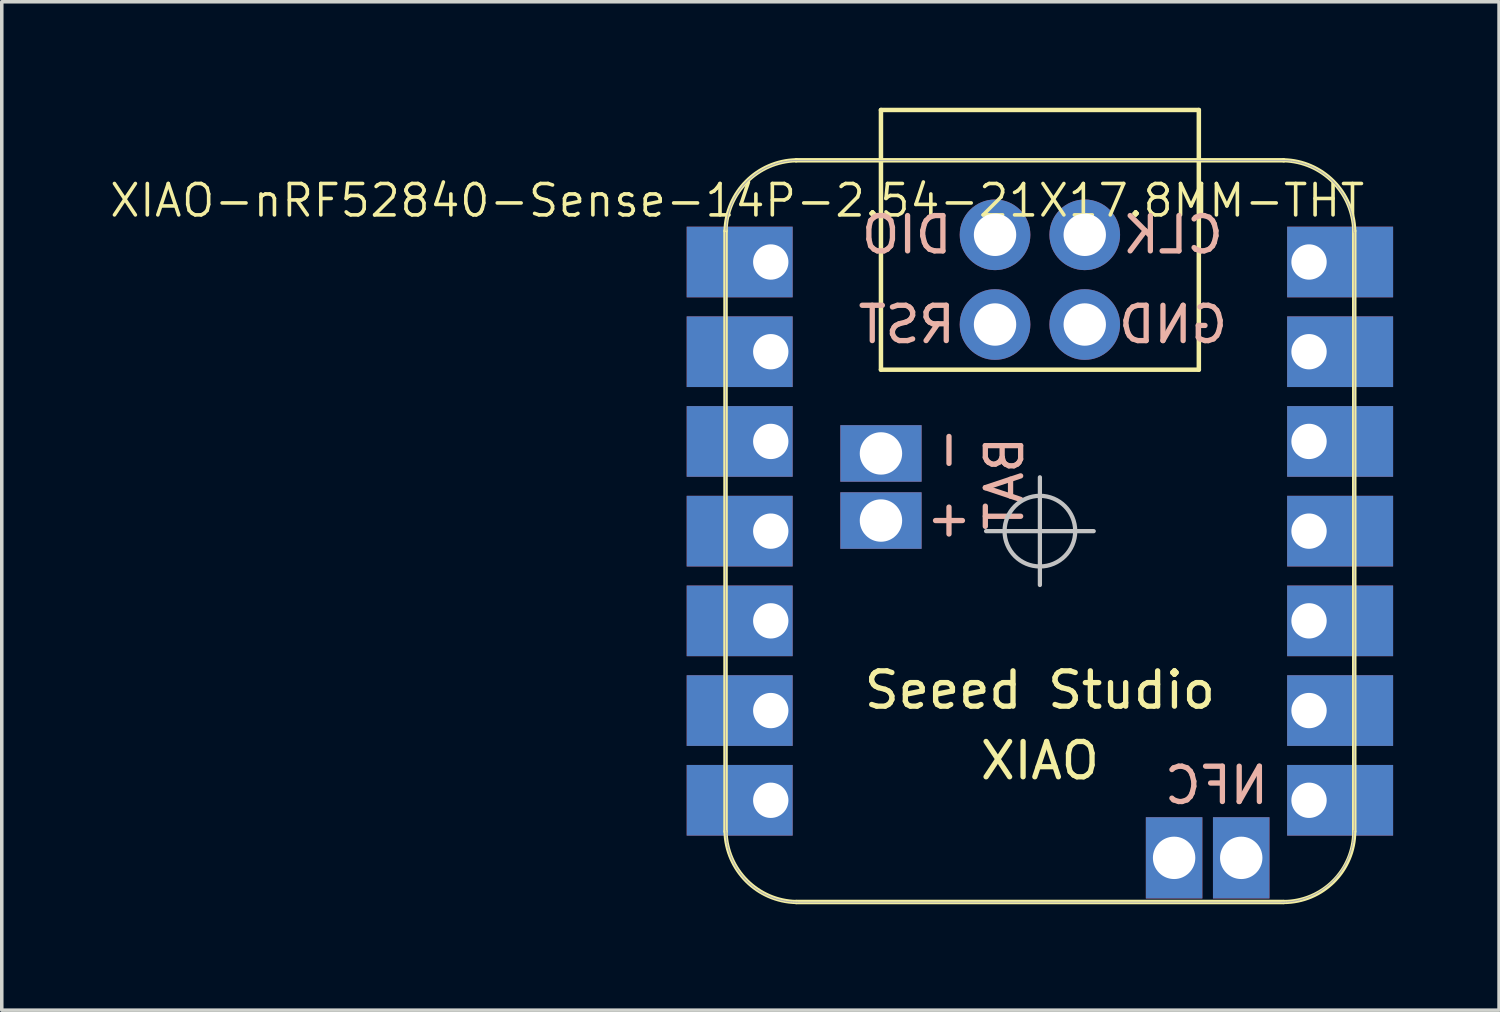
<source format=kicad_pcb>
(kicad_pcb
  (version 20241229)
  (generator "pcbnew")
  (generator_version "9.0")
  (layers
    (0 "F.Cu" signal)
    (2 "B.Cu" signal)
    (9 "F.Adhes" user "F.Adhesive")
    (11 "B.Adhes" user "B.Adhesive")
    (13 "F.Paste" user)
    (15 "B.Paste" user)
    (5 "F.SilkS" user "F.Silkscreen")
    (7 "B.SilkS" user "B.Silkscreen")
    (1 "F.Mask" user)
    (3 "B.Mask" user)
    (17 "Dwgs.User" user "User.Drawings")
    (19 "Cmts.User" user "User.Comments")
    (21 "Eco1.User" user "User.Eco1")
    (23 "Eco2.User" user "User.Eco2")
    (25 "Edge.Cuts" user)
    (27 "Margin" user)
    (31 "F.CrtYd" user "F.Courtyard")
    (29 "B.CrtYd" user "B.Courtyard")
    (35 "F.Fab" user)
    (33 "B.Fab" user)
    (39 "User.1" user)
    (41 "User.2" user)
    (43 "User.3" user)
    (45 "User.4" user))
  (footprint "XIAO-nRF52840-Sense-14P-2.54-21X17.8MM-THT"
    (layer "F.Cu")
    (at 26.392 11.988)
    (property "Reference" "XIAO-nRF52840-Sense-14P-2.54-21X17.8MM-THT" (at -8.57 -9.36 0) (layer "F.SilkS") (effects (font (size 0.889 0.889) (thickness 0.102))))
    (attr smd)
    (fp_line (start -8.9 -8.5) (end -8.9 8.5) (stroke (width 0.127) (type solid)) (layer "F.SilkS"))
    (fp_line (start -6.9 10.5) (end 6.9 10.5) (stroke (width 0.127) (type solid)) (layer "F.SilkS"))
    (fp_line (start -4.5 -11.924) (end 4.5 -11.924) (stroke (width 0.127) (type solid)) (layer "F.SilkS"))
    (fp_line (start -4.5 -4.571) (end -4.5 -11.924) (stroke (width 0.127) (type solid)) (layer "F.SilkS"))
    (fp_line (start 4.5 -11.924) (end 4.5 -4.571) (stroke (width 0.127) (type solid)) (layer "F.SilkS"))
    (fp_line (start 4.5 -4.571) (end -4.5 -4.571) (stroke (width 0.127) (type solid)) (layer "F.SilkS"))
    (fp_line (start 6.9 -10.499) (end -6.9 -10.499) (stroke (width 0.127) (type solid)) (layer "F.SilkS"))
    (fp_line (start 8.9 8.5) (end 8.9 -8.5) (stroke (width 0.127) (type solid)) (layer "F.SilkS"))
    (fp_arc (start -8.9 -8.5) (mid -8.301491 -9.901491) (end -6.9 -10.5) (stroke (width 0.12) (type solid)) (layer "F.SilkS"))
    (fp_arc (start -6.9 10.5) (mid -8.301423 9.901423) (end -8.9 8.5) (stroke (width 0.12) (type solid)) (layer "F.SilkS"))
    (fp_arc (start 6.9 -10.5) (mid 8.301491 -9.901491) (end 8.9 -8.5) (stroke (width 0.12) (type solid)) (layer "F.SilkS"))
    (fp_arc (start 8.9 8.5) (mid 8.314214 9.914214) (end 6.9 10.5) (stroke (width 0.12) (type solid)) (layer "F.SilkS"))
    (fp_poly (pts (xy -8.888 -8.562) (xy -8.885 -8.61) (xy -8.881 -8.659)) (stroke (width 0.025) (type solid)) (fill no) (layer "F.SilkS"))
    (fp_poly (pts (xy 8.889 8.522) (xy 8.888 8.571) (xy 8.885 8.62) (xy 8.881 8.669) (xy 8.875 8.717) (xy 8.869 8.766) (xy 8.861 8.815) (xy 8.852 8.863) (xy 8.842 8.911)) (stroke (width 0.025) (type solid)) (fill no) (layer "F.SilkS"))
    (fp_line (start -1.524 0) (end 1.524 0) (stroke (width 0.12) (type solid)) (layer "Dwgs.User"))
    (fp_line (start 0 -1.524) (end 0 1.524) (stroke (width 0.12) (type solid)) (layer "Dwgs.User"))
    (fp_circle (center 0 0) (end 1 0) (stroke (width 0.12) (type solid)) (fill no) (layer "Dwgs.User"))
    (fp_line (start -8.9 -8.463) (end -8.9 8.473) (stroke (width 0.025) (type solid)) (layer "F.Fab"))
    (fp_line (start -8.89 8.473) (end -8.889 8.522) (stroke (width 0.025) (type solid)) (layer "F.Fab"))
    (fp_line (start -8.889 8.522) (end -8.888 8.571) (stroke (width 0.025) (type solid)) (layer "F.Fab"))
    (fp_line (start -8.888 -8.562) (end -8.889 -8.512) (stroke (width 0.025) (type solid)) (layer "F.Fab"))
    (fp_line (start -8.888 8.571) (end -8.885 8.62) (stroke (width 0.025) (type solid)) (layer "F.Fab"))
    (fp_line (start -8.885 -8.61) (end -8.888 -8.562) (stroke (width 0.025) (type solid)) (layer "F.Fab"))
    (fp_line (start -8.885 8.62) (end -8.881 8.669) (stroke (width 0.025) (type solid)) (layer "F.Fab"))
    (fp_line (start -8.881 -8.659) (end -8.885 -8.61) (stroke (width 0.025) (type solid)) (layer "F.Fab"))
    (fp_line (start -8.881 8.669) (end -8.875 8.717) (stroke (width 0.025) (type solid)) (layer "F.Fab"))
    (fp_line (start -8.875 -8.708) (end -8.881 -8.659) (stroke (width 0.025) (type solid)) (layer "F.Fab"))
    (fp_line (start -8.875 8.717) (end -8.869 8.766) (stroke (width 0.025) (type solid)) (layer "F.Fab"))
    (fp_line (start -8.869 -8.757) (end -8.875 -8.708) (stroke (width 0.025) (type solid)) (layer "F.Fab"))
    (fp_line (start -8.869 8.766) (end -8.861 8.815) (stroke (width 0.025) (type solid)) (layer "F.Fab"))
    (fp_line (start -8.861 -8.806) (end -8.869 -8.757) (stroke (width 0.025) (type solid)) (layer "F.Fab"))
    (fp_line (start -8.861 8.815) (end -8.852 8.863) (stroke (width 0.025) (type solid)) (layer "F.Fab"))
    (fp_line (start -8.852 -8.854) (end -8.861 -8.806) (stroke (width 0.025) (type solid)) (layer "F.Fab"))
    (fp_line (start -8.852 8.863) (end -8.842 8.911) (stroke (width 0.025) (type solid)) (layer "F.Fab"))
    (fp_line (start -8.842 -8.902) (end -8.852 -8.854) (stroke (width 0.025) (type solid)) (layer "F.Fab"))
    (fp_line (start -8.842 8.911) (end -8.831 8.959) (stroke (width 0.025) (type solid)) (layer "F.Fab"))
    (fp_line (start -8.831 -8.95) (end -8.842 -8.902) (stroke (width 0.025) (type solid)) (layer "F.Fab"))
    (fp_line (start -8.831 8.959) (end -8.819 9.006) (stroke (width 0.025) (type solid)) (layer "F.Fab"))
    (fp_line (start -8.819 -8.997) (end -8.831 -8.95) (stroke (width 0.025) (type solid)) (layer "F.Fab"))
    (fp_line (start -8.819 9.006) (end -8.805 9.054) (stroke (width 0.025) (type solid)) (layer "F.Fab"))
    (fp_line (start -8.805 -9.045) (end -8.819 -8.997) (stroke (width 0.025) (type solid)) (layer "F.Fab"))
    (fp_line (start -8.805 9.054) (end -8.79 9.1) (stroke (width 0.025) (type solid)) (layer "F.Fab"))
    (fp_line (start -8.79 -9.091) (end -8.805 -9.045) (stroke (width 0.025) (type solid)) (layer "F.Fab"))
    (fp_line (start -8.79 9.1) (end -8.775 9.147) (stroke (width 0.025) (type solid)) (layer "F.Fab"))
    (fp_line (start -8.775 -9.138) (end -8.79 -9.091) (stroke (width 0.025) (type solid)) (layer "F.Fab"))
    (fp_line (start -8.775 9.147) (end -8.758 9.193) (stroke (width 0.025) (type solid)) (layer "F.Fab"))
    (fp_line (start -8.758 -9.184) (end -8.775 -9.138) (stroke (width 0.025) (type solid)) (layer "F.Fab"))
    (fp_line (start -8.758 9.193) (end -8.74 9.239) (stroke (width 0.025) (type solid)) (layer "F.Fab"))
    (fp_line (start -8.74 -9.23) (end -8.758 -9.184) (stroke (width 0.025) (type solid)) (layer "F.Fab"))
    (fp_line (start -8.74 9.239) (end -8.721 9.284) (stroke (width 0.025) (type solid)) (layer "F.Fab"))
    (fp_line (start -8.721 -9.275) (end -8.74 -9.23) (stroke (width 0.025) (type solid)) (layer "F.Fab"))
    (fp_line (start -8.721 9.284) (end -8.701 9.329) (stroke (width 0.025) (type solid)) (layer "F.Fab"))
    (fp_line (start -8.701 -9.32) (end -8.721 -9.275) (stroke (width 0.025) (type solid)) (layer "F.Fab"))
    (fp_line (start -8.701 9.329) (end -8.679 9.373) (stroke (width 0.025) (type solid)) (layer "F.Fab"))
    (fp_line (start -8.679 -9.364) (end -8.701 -9.32) (stroke (width 0.025) (type solid)) (layer "F.Fab"))
    (fp_line (start -8.679 9.373) (end -8.657 9.417) (stroke (width 0.025) (type solid)) (layer "F.Fab"))
    (fp_line (start -8.657 -9.408) (end -8.679 -9.364) (stroke (width 0.025) (type solid)) (layer "F.Fab"))
    (fp_line (start -8.657 9.417) (end -8.634 9.46) (stroke (width 0.025) (type solid)) (layer "F.Fab"))
    (fp_line (start -8.634 -9.451) (end -8.657 -9.408) (stroke (width 0.025) (type solid)) (layer "F.Fab"))
    (fp_line (start -8.634 9.46) (end -8.61 9.503) (stroke (width 0.025) (type solid)) (layer "F.Fab"))
    (fp_line (start -8.61 -9.494) (end -8.634 -9.451) (stroke (width 0.025) (type solid)) (layer "F.Fab"))
    (fp_line (start -8.61 9.503) (end -8.584 9.545) (stroke (width 0.025) (type solid)) (layer "F.Fab"))
    (fp_line (start -8.584 -9.536) (end -8.61 -9.494) (stroke (width 0.025) (type solid)) (layer "F.Fab"))
    (fp_line (start -8.584 9.545) (end -8.558 9.586) (stroke (width 0.025) (type solid)) (layer "F.Fab"))
    (fp_line (start -8.558 -9.577) (end -8.584 -9.536) (stroke (width 0.025) (type solid)) (layer "F.Fab"))
    (fp_line (start -8.558 9.586) (end -8.53 9.627) (stroke (width 0.025) (type solid)) (layer "F.Fab"))
    (fp_line (start -8.53 -9.618) (end -8.558 -9.577) (stroke (width 0.025) (type solid)) (layer "F.Fab"))
    (fp_line (start -8.53 9.627) (end -8.502 9.667) (stroke (width 0.025) (type solid)) (layer "F.Fab"))
    (fp_line (start -8.502 -9.658) (end -8.53 -9.618) (stroke (width 0.025) (type solid)) (layer "F.Fab"))
    (fp_line (start -8.502 9.667) (end -8.473 9.706) (stroke (width 0.025) (type solid)) (layer "F.Fab"))
    (fp_line (start -8.473 -9.697) (end -8.502 -9.658) (stroke (width 0.025) (type solid)) (layer "F.Fab"))
    (fp_line (start -8.473 9.706) (end -8.442 9.745) (stroke (width 0.025) (type solid)) (layer "F.Fab"))
    (fp_line (start -8.442 -9.736) (end -8.473 -9.697) (stroke (width 0.025) (type solid)) (layer "F.Fab"))
    (fp_line (start -8.442 9.745) (end -8.411 9.783) (stroke (width 0.025) (type solid)) (layer "F.Fab"))
    (fp_line (start -8.411 -9.774) (end -8.442 -9.736) (stroke (width 0.025) (type solid)) (layer "F.Fab"))
    (fp_line (start -8.411 9.783) (end -8.379 9.82) (stroke (width 0.025) (type solid)) (layer "F.Fab"))
    (fp_line (start -8.379 -9.811) (end -8.411 -9.774) (stroke (width 0.025) (type solid)) (layer "F.Fab"))
    (fp_line (start -8.379 9.82) (end -8.346 9.856) (stroke (width 0.025) (type solid)) (layer "F.Fab"))
    (fp_line (start -8.346 -9.847) (end -8.379 -9.811) (stroke (width 0.025) (type solid)) (layer "F.Fab"))
    (fp_line (start -8.346 9.856) (end -8.312 9.892) (stroke (width 0.025) (type solid)) (layer "F.Fab"))
    (fp_line (start -8.312 -9.883) (end -8.346 -9.847) (stroke (width 0.025) (type solid)) (layer "F.Fab"))
    (fp_line (start -8.312 9.892) (end -8.277 9.927) (stroke (width 0.025) (type solid)) (layer "F.Fab"))
    (fp_line (start -8.277 -9.918) (end -8.312 -9.883) (stroke (width 0.025) (type solid)) (layer "F.Fab"))
    (fp_line (start -8.277 9.927) (end -8.242 9.96) (stroke (width 0.025) (type solid)) (layer "F.Fab"))
    (fp_line (start -8.242 -9.951) (end -8.277 -9.918) (stroke (width 0.025) (type solid)) (layer "F.Fab"))
    (fp_line (start -8.242 9.96) (end -8.205 9.994) (stroke (width 0.025) (type solid)) (layer "F.Fab"))
    (fp_line (start -8.205 -9.984) (end -8.242 -9.951) (stroke (width 0.025) (type solid)) (layer "F.Fab"))
    (fp_line (start -8.205 9.994) (end -8.168 10.026) (stroke (width 0.025) (type solid)) (layer "F.Fab"))
    (fp_line (start -8.168 -10.017) (end -8.205 -9.984) (stroke (width 0.025) (type solid)) (layer "F.Fab"))
    (fp_line (start -8.168 10.026) (end -8.13 10.057) (stroke (width 0.025) (type solid)) (layer "F.Fab"))
    (fp_line (start -8.13 -10.048) (end -8.168 -10.017) (stroke (width 0.025) (type solid)) (layer "F.Fab"))
    (fp_line (start -8.13 10.057) (end -8.092 10.087) (stroke (width 0.025) (type solid)) (layer "F.Fab"))
    (fp_line (start -8.092 -10.078) (end -8.13 -10.048) (stroke (width 0.025) (type solid)) (layer "F.Fab"))
    (fp_line (start -8.092 10.087) (end -8.052 10.116) (stroke (width 0.025) (type solid)) (layer "F.Fab"))
    (fp_line (start -8.052 -10.107) (end -8.092 -10.078) (stroke (width 0.025) (type solid)) (layer "F.Fab"))
    (fp_line (start -8.052 10.116) (end -8.012 10.145) (stroke (width 0.025) (type solid)) (layer "F.Fab"))
    (fp_line (start -8.012 -10.136) (end -8.052 -10.107) (stroke (width 0.025) (type solid)) (layer "F.Fab"))
    (fp_line (start -8.012 10.145) (end -7.972 10.172) (stroke (width 0.025) (type solid)) (layer "F.Fab"))
    (fp_line (start -7.972 -10.163) (end -8.012 -10.136) (stroke (width 0.025) (type solid)) (layer "F.Fab"))
    (fp_line (start -7.972 10.172) (end -7.93 10.199) (stroke (width 0.025) (type solid)) (layer "F.Fab"))
    (fp_line (start -7.93 -10.19) (end -7.972 -10.163) (stroke (width 0.025) (type solid)) (layer "F.Fab"))
    (fp_line (start -7.93 10.199) (end -7.888 10.224) (stroke (width 0.025) (type solid)) (layer "F.Fab"))
    (fp_line (start -7.888 -10.215) (end -7.93 -10.19) (stroke (width 0.025) (type solid)) (layer "F.Fab"))
    (fp_line (start -7.888 10.224) (end -7.846 10.249) (stroke (width 0.025) (type solid)) (layer "F.Fab"))
    (fp_line (start -7.846 -10.239) (end -7.888 -10.215) (stroke (width 0.025) (type solid)) (layer "F.Fab"))
    (fp_line (start -7.846 10.249) (end -7.802 10.272) (stroke (width 0.025) (type solid)) (layer "F.Fab"))
    (fp_line (start -7.802 -10.263) (end -7.846 -10.239) (stroke (width 0.025) (type solid)) (layer "F.Fab"))
    (fp_line (start -7.802 10.272) (end -7.759 10.294) (stroke (width 0.025) (type solid)) (layer "F.Fab"))
    (fp_line (start -7.759 -10.285) (end -7.802 -10.263) (stroke (width 0.025) (type solid)) (layer "F.Fab"))
    (fp_line (start -7.759 10.294) (end -7.714 10.315) (stroke (width 0.025) (type solid)) (layer "F.Fab"))
    (fp_line (start -7.714 -10.306) (end -7.759 -10.285) (stroke (width 0.025) (type solid)) (layer "F.Fab"))
    (fp_line (start -7.714 10.315) (end -7.67 10.335) (stroke (width 0.025) (type solid)) (layer "F.Fab"))
    (fp_line (start -7.67 -10.326) (end -7.714 -10.306) (stroke (width 0.025) (type solid)) (layer "F.Fab"))
    (fp_line (start -7.67 10.335) (end -7.624 10.354) (stroke (width 0.025) (type solid)) (layer "F.Fab"))
    (fp_line (start -7.624 -10.345) (end -7.67 -10.326) (stroke (width 0.025) (type solid)) (layer "F.Fab"))
    (fp_line (start -7.624 10.354) (end -7.579 10.372) (stroke (width 0.025) (type solid)) (layer "F.Fab"))
    (fp_line (start -7.579 -10.363) (end -7.624 -10.345) (stroke (width 0.025) (type solid)) (layer "F.Fab"))
    (fp_line (start -7.579 10.372) (end -7.532 10.389) (stroke (width 0.025) (type solid)) (layer "F.Fab"))
    (fp_line (start -7.532 -10.38) (end -7.579 -10.363) (stroke (width 0.025) (type solid)) (layer "F.Fab"))
    (fp_line (start -7.532 10.389) (end -7.486 10.405) (stroke (width 0.025) (type solid)) (layer "F.Fab"))
    (fp_line (start -7.486 -10.396) (end -7.532 -10.38) (stroke (width 0.025) (type solid)) (layer "F.Fab"))
    (fp_line (start -7.486 10.405) (end -7.439 10.42) (stroke (width 0.025) (type solid)) (layer "F.Fab"))
    (fp_line (start -7.439 -10.411) (end -7.486 -10.396) (stroke (width 0.025) (type solid)) (layer "F.Fab"))
    (fp_line (start -7.439 10.42) (end -7.392 10.433) (stroke (width 0.025) (type solid)) (layer "F.Fab"))
    (fp_line (start -7.392 -10.424) (end -7.439 -10.411) (stroke (width 0.025) (type solid)) (layer "F.Fab"))
    (fp_line (start -7.392 10.433) (end -7.344 10.446) (stroke (width 0.025) (type solid)) (layer "F.Fab"))
    (fp_line (start -7.344 -10.436) (end -7.392 -10.424) (stroke (width 0.025) (type solid)) (layer "F.Fab"))
    (fp_line (start -7.344 10.446) (end -7.296 10.457) (stroke (width 0.025) (type solid)) (layer "F.Fab"))
    (fp_line (start -7.296 -10.448) (end -7.344 -10.436) (stroke (width 0.025) (type solid)) (layer "F.Fab"))
    (fp_line (start -7.296 10.457) (end -7.248 10.467) (stroke (width 0.025) (type solid)) (layer "F.Fab"))
    (fp_line (start -7.248 -10.458) (end -7.296 -10.448) (stroke (width 0.025) (type solid)) (layer "F.Fab"))
    (fp_line (start -7.248 10.467) (end -7.2 10.476) (stroke (width 0.025) (type solid)) (layer "F.Fab"))
    (fp_line (start -7.2 -10.466) (end -7.248 -10.458) (stroke (width 0.025) (type solid)) (layer "F.Fab"))
    (fp_line (start -7.2 10.476) (end -7.152 10.483) (stroke (width 0.025) (type solid)) (layer "F.Fab"))
    (fp_line (start -7.152 -10.474) (end -7.2 -10.466) (stroke (width 0.025) (type solid)) (layer "F.Fab"))
    (fp_line (start -7.152 10.483) (end -7.103 10.49) (stroke (width 0.025) (type solid)) (layer "F.Fab"))
    (fp_line (start -7.103 -10.481) (end -7.152 -10.474) (stroke (width 0.025) (type solid)) (layer "F.Fab"))
    (fp_line (start -7.103 10.49) (end -7.054 10.495) (stroke (width 0.025) (type solid)) (layer "F.Fab"))
    (fp_line (start -7.054 -10.486) (end -7.103 -10.481) (stroke (width 0.025) (type solid)) (layer "F.Fab"))
    (fp_line (start -7.054 10.495) (end -7.005 10.499) (stroke (width 0.025) (type solid)) (layer "F.Fab"))
    (fp_line (start -7.005 -10.49) (end -7.054 -10.486) (stroke (width 0.025) (type solid)) (layer "F.Fab"))
    (fp_line (start -7.005 10.499) (end -6.956 10.502) (stroke (width 0.025) (type solid)) (layer "F.Fab"))
    (fp_line (start -6.956 -10.493) (end -7.005 -10.49) (stroke (width 0.025) (type solid)) (layer "F.Fab"))
    (fp_line (start -6.956 10.502) (end -6.907 10.504) (stroke (width 0.025) (type solid)) (layer "F.Fab"))
    (fp_line (start -6.907 -10.495) (end -6.956 -10.493) (stroke (width 0.025) (type solid)) (layer "F.Fab"))
    (fp_line (start -6.907 10.504) (end -6.858 10.505) (stroke (width 0.025) (type solid)) (layer "F.Fab"))
    (fp_line (start -6.858 -10.495) (end -6.907 -10.495) (stroke (width 0.025) (type solid)) (layer "F.Fab"))
    (fp_line (start -6.858 10.505) (end 6.858 10.505) (stroke (width 0.025) (type solid)) (layer "F.Fab"))
    (fp_line (start 6.858 -10.495) (end -6.858 -10.495) (stroke (width 0.025) (type solid)) (layer "F.Fab"))
    (fp_line (start 6.858 10.505) (end 6.907 10.504) (stroke (width 0.025) (type solid)) (layer "F.Fab"))
    (fp_line (start 6.907 -10.495) (end 6.858 -10.495) (stroke (width 0.025) (type solid)) (layer "F.Fab"))
    (fp_line (start 6.907 10.504) (end 6.956 10.502) (stroke (width 0.025) (type solid)) (layer "F.Fab"))
    (fp_line (start 6.956 -10.493) (end 6.907 -10.495) (stroke (width 0.025) (type solid)) (layer "F.Fab"))
    (fp_line (start 6.956 10.502) (end 7.005 10.499) (stroke (width 0.025) (type solid)) (layer "F.Fab"))
    (fp_line (start 7.005 -10.49) (end 6.956 -10.493) (stroke (width 0.025) (type solid)) (layer "F.Fab"))
    (fp_line (start 7.005 10.499) (end 7.054 10.495) (stroke (width 0.025) (type solid)) (layer "F.Fab"))
    (fp_line (start 7.054 -10.486) (end 7.005 -10.49) (stroke (width 0.025) (type solid)) (layer "F.Fab"))
    (fp_line (start 7.054 10.495) (end 7.103 10.49) (stroke (width 0.025) (type solid)) (layer "F.Fab"))
    (fp_line (start 7.103 -10.481) (end 7.054 -10.486) (stroke (width 0.025) (type solid)) (layer "F.Fab"))
    (fp_line (start 7.103 10.49) (end 7.152 10.483) (stroke (width 0.025) (type solid)) (layer "F.Fab"))
    (fp_line (start 7.152 -10.474) (end 7.103 -10.481) (stroke (width 0.025) (type solid)) (layer "F.Fab"))
    (fp_line (start 7.152 10.483) (end 7.2 10.476) (stroke (width 0.025) (type solid)) (layer "F.Fab"))
    (fp_line (start 7.2 -10.466) (end 7.152 -10.474) (stroke (width 0.025) (type solid)) (layer "F.Fab"))
    (fp_line (start 7.2 10.476) (end 7.248 10.467) (stroke (width 0.025) (type solid)) (layer "F.Fab"))
    (fp_line (start 7.248 -10.458) (end 7.2 -10.466) (stroke (width 0.025) (type solid)) (layer "F.Fab"))
    (fp_line (start 7.248 10.467) (end 7.296 10.457) (stroke (width 0.025) (type solid)) (layer "F.Fab"))
    (fp_line (start 7.296 -10.448) (end 7.248 -10.458) (stroke (width 0.025) (type solid)) (layer "F.Fab"))
    (fp_line (start 7.296 10.457) (end 7.344 10.446) (stroke (width 0.025) (type solid)) (layer "F.Fab"))
    (fp_line (start 7.344 -10.436) (end 7.296 -10.448) (stroke (width 0.025) (type solid)) (layer "F.Fab"))
    (fp_line (start 7.344 10.446) (end 7.392 10.433) (stroke (width 0.025) (type solid)) (layer "F.Fab"))
    (fp_line (start 7.392 -10.424) (end 7.344 -10.436) (stroke (width 0.025) (type solid)) (layer "F.Fab"))
    (fp_line (start 7.392 10.433) (end 7.439 10.42) (stroke (width 0.025) (type solid)) (layer "F.Fab"))
    (fp_line (start 7.439 -10.411) (end 7.392 -10.424) (stroke (width 0.025) (type solid)) (layer "F.Fab"))
    (fp_line (start 7.439 10.42) (end 7.486 10.405) (stroke (width 0.025) (type solid)) (layer "F.Fab"))
    (fp_line (start 7.486 -10.396) (end 7.439 -10.411) (stroke (width 0.025) (type solid)) (layer "F.Fab"))
    (fp_line (start 7.486 10.405) (end 7.532 10.389) (stroke (width 0.025) (type solid)) (layer "F.Fab"))
    (fp_line (start 7.532 -10.38) (end 7.486 -10.396) (stroke (width 0.025) (type solid)) (layer "F.Fab"))
    (fp_line (start 7.532 10.389) (end 7.579 10.372) (stroke (width 0.025) (type solid)) (layer "F.Fab"))
    (fp_line (start 7.579 -10.363) (end 7.532 -10.38) (stroke (width 0.025) (type solid)) (layer "F.Fab"))
    (fp_line (start 7.579 10.372) (end 7.624 10.354) (stroke (width 0.025) (type solid)) (layer "F.Fab"))
    (fp_line (start 7.624 -10.345) (end 7.579 -10.363) (stroke (width 0.025) (type solid)) (layer "F.Fab"))
    (fp_line (start 7.624 10.354) (end 7.67 10.335) (stroke (width 0.025) (type solid)) (layer "F.Fab"))
    (fp_line (start 7.67 -10.326) (end 7.624 -10.345) (stroke (width 0.025) (type solid)) (layer "F.Fab"))
    (fp_line (start 7.67 10.335) (end 7.714 10.315) (stroke (width 0.025) (type solid)) (layer "F.Fab"))
    (fp_line (start 7.714 -10.306) (end 7.67 -10.326) (stroke (width 0.025) (type solid)) (layer "F.Fab"))
    (fp_line (start 7.714 10.315) (end 7.759 10.294) (stroke (width 0.025) (type solid)) (layer "F.Fab"))
    (fp_line (start 7.759 -10.285) (end 7.714 -10.306) (stroke (width 0.025) (type solid)) (layer "F.Fab"))
    (fp_line (start 7.759 10.294) (end 7.802 10.272) (stroke (width 0.025) (type solid)) (layer "F.Fab"))
    (fp_line (start 7.802 -10.263) (end 7.759 -10.285) (stroke (width 0.025) (type solid)) (layer "F.Fab"))
    (fp_line (start 7.802 10.272) (end 7.846 10.249) (stroke (width 0.025) (type solid)) (layer "F.Fab"))
    (fp_line (start 7.846 -10.239) (end 7.802 -10.263) (stroke (width 0.025) (type solid)) (layer "F.Fab"))
    (fp_line (start 7.846 10.249) (end 7.888 10.224) (stroke (width 0.025) (type solid)) (layer "F.Fab"))
    (fp_line (start 7.888 -10.215) (end 7.846 -10.239) (stroke (width 0.025) (type solid)) (layer "F.Fab"))
    (fp_line (start 7.888 10.224) (end 7.93 10.199) (stroke (width 0.025) (type solid)) (layer "F.Fab"))
    (fp_line (start 7.93 -10.19) (end 7.888 -10.215) (stroke (width 0.025) (type solid)) (layer "F.Fab"))
    (fp_line (start 7.93 10.199) (end 7.972 10.172) (stroke (width 0.025) (type solid)) (layer "F.Fab"))
    (fp_line (start 7.972 -10.163) (end 7.93 -10.19) (stroke (width 0.025) (type solid)) (layer "F.Fab"))
    (fp_line (start 7.972 10.172) (end 8.012 10.145) (stroke (width 0.025) (type solid)) (layer "F.Fab"))
    (fp_line (start 8.012 -10.136) (end 7.972 -10.163) (stroke (width 0.025) (type solid)) (layer "F.Fab"))
    (fp_line (start 8.012 10.145) (end 8.052 10.116) (stroke (width 0.025) (type solid)) (layer "F.Fab"))
    (fp_line (start 8.052 -10.107) (end 8.012 -10.136) (stroke (width 0.025) (type solid)) (layer "F.Fab"))
    (fp_line (start 8.052 10.116) (end 8.092 10.087) (stroke (width 0.025) (type solid)) (layer "F.Fab"))
    (fp_line (start 8.092 -10.078) (end 8.052 -10.107) (stroke (width 0.025) (type solid)) (layer "F.Fab"))
    (fp_line (start 8.092 10.087) (end 8.13 10.057) (stroke (width 0.025) (type solid)) (layer "F.Fab"))
    (fp_line (start 8.13 -10.048) (end 8.092 -10.078) (stroke (width 0.025) (type solid)) (layer "F.Fab"))
    (fp_line (start 8.13 10.057) (end 8.168 10.026) (stroke (width 0.025) (type solid)) (layer "F.Fab"))
    (fp_line (start 8.168 -10.017) (end 8.13 -10.048) (stroke (width 0.025) (type solid)) (layer "F.Fab"))
    (fp_line (start 8.168 10.026) (end 8.205 9.994) (stroke (width 0.025) (type solid)) (layer "F.Fab"))
    (fp_line (start 8.205 -9.984) (end 8.168 -10.017) (stroke (width 0.025) (type solid)) (layer "F.Fab"))
    (fp_line (start 8.205 9.994) (end 8.242 9.96) (stroke (width 0.025) (type solid)) (layer "F.Fab"))
    (fp_line (start 8.242 -9.951) (end 8.205 -9.984) (stroke (width 0.025) (type solid)) (layer "F.Fab"))
    (fp_line (start 8.242 9.96) (end 8.277 9.927) (stroke (width 0.025) (type solid)) (layer "F.Fab"))
    (fp_line (start 8.277 -9.918) (end 8.242 -9.951) (stroke (width 0.025) (type solid)) (layer "F.Fab"))
    (fp_line (start 8.277 9.927) (end 8.312 9.892) (stroke (width 0.025) (type solid)) (layer "F.Fab"))
    (fp_line (start 8.312 -9.883) (end 8.277 -9.918) (stroke (width 0.025) (type solid)) (layer "F.Fab"))
    (fp_line (start 8.312 9.892) (end 8.346 9.856) (stroke (width 0.025) (type solid)) (layer "F.Fab"))
    (fp_line (start 8.346 -9.847) (end 8.312 -9.883) (stroke (width 0.025) (type solid)) (layer "F.Fab"))
    (fp_line (start 8.346 9.856) (end 8.379 9.82) (stroke (width 0.025) (type solid)) (layer "F.Fab"))
    (fp_line (start 8.379 -9.811) (end 8.346 -9.847) (stroke (width 0.025) (type solid)) (layer "F.Fab"))
    (fp_line (start 8.379 9.82) (end 8.411 9.783) (stroke (width 0.025) (type solid)) (layer "F.Fab"))
    (fp_line (start 8.411 -9.774) (end 8.379 -9.811) (stroke (width 0.025) (type solid)) (layer "F.Fab"))
    (fp_line (start 8.411 9.783) (end 8.442 9.745) (stroke (width 0.025) (type solid)) (layer "F.Fab"))
    (fp_line (start 8.442 -9.736) (end 8.411 -9.774) (stroke (width 0.025) (type solid)) (layer "F.Fab"))
    (fp_line (start 8.442 9.745) (end 8.473 9.706) (stroke (width 0.025) (type solid)) (layer "F.Fab"))
    (fp_line (start 8.473 -9.697) (end 8.442 -9.736) (stroke (width 0.025) (type solid)) (layer "F.Fab"))
    (fp_line (start 8.473 9.706) (end 8.502 9.667) (stroke (width 0.025) (type solid)) (layer "F.Fab"))
    (fp_line (start 8.502 -9.658) (end 8.473 -9.697) (stroke (width 0.025) (type solid)) (layer "F.Fab"))
    (fp_line (start 8.502 9.667) (end 8.53 9.627) (stroke (width 0.025) (type solid)) (layer "F.Fab"))
    (fp_line (start 8.53 -9.618) (end 8.502 -9.658) (stroke (width 0.025) (type solid)) (layer "F.Fab"))
    (fp_line (start 8.53 9.627) (end 8.558 9.586) (stroke (width 0.025) (type solid)) (layer "F.Fab"))
    (fp_line (start 8.558 -9.577) (end 8.53 -9.618) (stroke (width 0.025) (type solid)) (layer "F.Fab"))
    (fp_line (start 8.558 9.586) (end 8.584 9.545) (stroke (width 0.025) (type solid)) (layer "F.Fab"))
    (fp_line (start 8.584 -9.536) (end 8.558 -9.577) (stroke (width 0.025) (type solid)) (layer "F.Fab"))
    (fp_line (start 8.584 9.545) (end 8.61 9.503) (stroke (width 0.025) (type solid)) (layer "F.Fab"))
    (fp_line (start 8.61 -9.494) (end 8.584 -9.536) (stroke (width 0.025) (type solid)) (layer "F.Fab"))
    (fp_line (start 8.61 9.503) (end 8.634 9.46) (stroke (width 0.025) (type solid)) (layer "F.Fab"))
    (fp_line (start 8.634 -9.451) (end 8.61 -9.494) (stroke (width 0.025) (type solid)) (layer "F.Fab"))
    (fp_line (start 8.634 9.46) (end 8.657 9.417) (stroke (width 0.025) (type solid)) (layer "F.Fab"))
    (fp_line (start 8.657 -9.408) (end 8.634 -9.451) (stroke (width 0.025) (type solid)) (layer "F.Fab"))
    (fp_line (start 8.657 9.417) (end 8.679 9.373) (stroke (width 0.025) (type solid)) (layer "F.Fab"))
    (fp_line (start 8.679 -9.364) (end 8.657 -9.408) (stroke (width 0.025) (type solid)) (layer "F.Fab"))
    (fp_line (start 8.679 9.373) (end 8.701 9.329) (stroke (width 0.025) (type solid)) (layer "F.Fab"))
    (fp_line (start 8.701 -9.32) (end 8.679 -9.364) (stroke (width 0.025) (type solid)) (layer "F.Fab"))
    (fp_line (start 8.701 9.329) (end 8.721 9.284) (stroke (width 0.025) (type solid)) (layer "F.Fab"))
    (fp_line (start 8.721 -9.275) (end 8.701 -9.32) (stroke (width 0.025) (type solid)) (layer "F.Fab"))
    (fp_line (start 8.721 9.284) (end 8.74 9.239) (stroke (width 0.025) (type solid)) (layer "F.Fab"))
    (fp_line (start 8.74 -9.23) (end 8.721 -9.275) (stroke (width 0.025) (type solid)) (layer "F.Fab"))
    (fp_line (start 8.74 9.239) (end 8.758 9.193) (stroke (width 0.025) (type solid)) (layer "F.Fab"))
    (fp_line (start 8.758 -9.184) (end 8.74 -9.23) (stroke (width 0.025) (type solid)) (layer "F.Fab"))
    (fp_line (start 8.758 9.193) (end 8.775 9.147) (stroke (width 0.025) (type solid)) (layer "F.Fab"))
    (fp_line (start 8.775 -9.138) (end 8.758 -9.184) (stroke (width 0.025) (type solid)) (layer "F.Fab"))
    (fp_line (start 8.775 9.147) (end 8.79 9.1) (stroke (width 0.025) (type solid)) (layer "F.Fab"))
    (fp_line (start 8.79 -9.091) (end 8.775 -9.138) (stroke (width 0.025) (type solid)) (layer "F.Fab"))
    (fp_line (start 8.79 9.1) (end 8.805 9.054) (stroke (width 0.025) (type solid)) (layer "F.Fab"))
    (fp_line (start 8.805 -9.045) (end 8.79 -9.091) (stroke (width 0.025) (type solid)) (layer "F.Fab"))
    (fp_line (start 8.805 9.054) (end 8.819 9.006) (stroke (width 0.025) (type solid)) (layer "F.Fab"))
    (fp_line (start 8.819 -8.997) (end 8.805 -9.045) (stroke (width 0.025) (type solid)) (layer "F.Fab"))
    (fp_line (start 8.819 9.006) (end 8.831 8.959) (stroke (width 0.025) (type solid)) (layer "F.Fab"))
    (fp_line (start 8.831 -8.95) (end 8.819 -8.997) (stroke (width 0.025) (type solid)) (layer "F.Fab"))
    (fp_line (start 8.831 8.959) (end 8.842 8.911) (stroke (width 0.025) (type solid)) (layer "F.Fab"))
    (fp_line (start 8.842 -8.902) (end 8.831 -8.95) (stroke (width 0.025) (type solid)) (layer "F.Fab"))
    (fp_line (start 8.842 8.911) (end 8.852 8.863) (stroke (width 0.025) (type solid)) (layer "F.Fab"))
    (fp_line (start 8.852 -8.854) (end 8.842 -8.902) (stroke (width 0.025) (type solid)) (layer "F.Fab"))
    (fp_line (start 8.852 8.863) (end 8.861 8.815) (stroke (width 0.025) (type solid)) (layer "F.Fab"))
    (fp_line (start 8.861 -8.806) (end 8.852 -8.854) (stroke (width 0.025) (type solid)) (layer "F.Fab"))
    (fp_line (start 8.861 8.815) (end 8.869 8.766) (stroke (width 0.025) (type solid)) (layer "F.Fab"))
    (fp_line (start 8.869 -8.757) (end 8.861 -8.806) (stroke (width 0.025) (type solid)) (layer "F.Fab"))
    (fp_line (start 8.869 8.766) (end 8.875 8.717) (stroke (width 0.025) (type solid)) (layer "F.Fab"))
    (fp_line (start 8.875 -8.708) (end 8.869 -8.757) (stroke (width 0.025) (type solid)) (layer "F.Fab"))
    (fp_line (start 8.875 8.717) (end 8.881 8.669) (stroke (width 0.025) (type solid)) (layer "F.Fab"))
    (fp_line (start 8.881 -8.659) (end 8.875 -8.708) (stroke (width 0.025) (type solid)) (layer "F.Fab"))
    (fp_line (start 8.881 8.669) (end 8.885 8.62) (stroke (width 0.025) (type solid)) (layer "F.Fab"))
    (fp_line (start 8.885 -8.61) (end 8.881 -8.659) (stroke (width 0.025) (type solid)) (layer "F.Fab"))
    (fp_line (start 8.885 8.62) (end 8.888 8.571) (stroke (width 0.025) (type solid)) (layer "F.Fab"))
    (fp_line (start 8.888 -8.562) (end 8.885 -8.61) (stroke (width 0.025) (type solid)) (layer "F.Fab"))
    (fp_line (start 8.888 8.571) (end 8.889 8.522) (stroke (width 0.025) (type solid)) (layer "F.Fab"))
    (fp_line (start 8.889 -8.512) (end 8.888 -8.562) (stroke (width 0.025) (type solid)) (layer "F.Fab"))
    (fp_line (start 8.889 8.522) (end 8.89 8.473) (stroke (width 0.025) (type solid)) (layer "F.Fab"))
    (fp_line (start 8.89 -8.463) (end 8.889 -8.512) (stroke (width 0.025) (type solid)) (layer "F.Fab"))
    (fp_line (start 8.9 8.473) (end 8.9 -8.463) (stroke (width 0.025) (type solid)) (layer "F.Fab"))
    (fp_text user "XIAO" (at 0 6.5 0) (unlocked yes) (layer "F.SilkS") (effects (font (size 1 1) (thickness 0.15))))
    (fp_text user "Seeed Studio" (at 0 4.5 0) (unlocked yes) (layer "F.SilkS") (effects (font (size 1 1) (thickness 0.15))))
    (fp_text user "GND" (at 3.77 -5.85 0) (unlocked yes) (layer "B.SilkS") (effects (font (size 1 1) (thickness 0.15)) (justify mirror)))
    (fp_text user "+ -" (at -2.5 -1.3 270) (unlocked yes) (layer "B.SilkS") (effects (font (size 1 1) (thickness 0.15)) (justify mirror)))
    (fp_text user "RST" (at -3.77 -5.85 0) (unlocked yes) (layer "B.SilkS") (effects (font (size 1 1) (thickness 0.15)) (justify mirror)))
    (fp_text user "NFC" (at 5 7.2 0) (unlocked yes) (layer "B.SilkS") (effects (font (size 1 1) (thickness 0.15)) (justify mirror)))
    (fp_text user "DIO" (at -3.77 -8.39 0) (unlocked yes) (layer "B.SilkS") (effects (font (size 1 1) (thickness 0.15)) (justify mirror)))
    (fp_text user "CLK" (at 3.77 -8.39 0) (unlocked yes) (layer "B.SilkS") (effects (font (size 1 1) (thickness 0.15)) (justify mirror)))
    (fp_text user "BAT" (at -1 -1.35 90) (unlocked yes) (layer "B.SilkS") (effects (font (size 1 1) (thickness 0.15)) (justify mirror)))
    (pad "1" thru_hole rect (at -7.62 -7.62) (size 3 2) (drill 1 (offset -0.88 0)) (layers "*.Cu" "*.Mask"))
    (pad "2" thru_hole rect (at -7.62 -5.08) (size 3 2) (drill 1 (offset -0.88 0)) (layers "*.Cu" "*.Mask"))
    (pad "3" thru_hole rect (at -7.62 -2.54) (size 3 2) (drill 1 (offset -0.88 0)) (layers "*.Cu" "*.Mask"))
    (pad "4" thru_hole rect (at -7.62 0) (size 3 2) (drill 1 (offset -0.88 0)) (layers "*.Cu" "*.Mask"))
    (pad "5" thru_hole rect (at -7.62 2.54) (size 3 2) (drill 1 (offset -0.88 0)) (layers "*.Cu" "*.Mask"))
    (pad "6" thru_hole rect (at -7.62 5.08) (size 3 2) (drill 1 (offset -0.88 0)) (layers "*.Cu" "*.Mask"))
    (pad "7" thru_hole rect (at -7.62 7.62) (size 3 2) (drill 1 (offset -0.88 0)) (layers "*.Cu" "*.Mask"))
    (pad "8" thru_hole rect (at 7.62 7.62) (size 3 2) (drill 1 (offset 0.88 0)) (layers "*.Cu" "*.Mask"))
    (pad "9" thru_hole rect (at 7.62 5.08) (size 3 2) (drill 1 (offset 0.88 0)) (layers "*.Cu" "*.Mask"))
    (pad "10" thru_hole rect (at 7.62 2.54) (size 3 2) (drill 1 (offset 0.88 0)) (layers "*.Cu" "*.Mask"))
    (pad "11" thru_hole rect (at 7.62 0) (size 3 2) (drill 1 (offset 0.88 0)) (layers "*.Cu" "*.Mask"))
    (pad "12" thru_hole rect (at 7.62 -2.54) (size 3 2) (drill 1 (offset 0.88 0)) (layers "*.Cu" "*.Mask"))
    (pad "13" thru_hole rect (at 7.62 -5.08) (size 3 2) (drill 1 (offset 0.88 0)) (layers "*.Cu" "*.Mask"))
    (pad "14" thru_hole rect (at 7.62 -7.62) (size 3 2) (drill 1 (offset 0.88 0)) (layers "*.Cu" "*.Mask"))
    (pad "15" thru_hole circle (at -1.27 -8.39 90) (size 2 2) (drill 1.2) (layers "*.Cu" "*.Mask"))
    (pad "16" thru_hole circle (at 1.27 -8.39 90) (size 2 2) (drill 1.2) (layers "*.Cu" "*.Mask"))
    (pad "17" thru_hole circle (at -1.27 -5.85 90) (size 2 2) (drill 1.2) (layers "*.Cu" "*.Mask"))
    (pad "18" thru_hole circle (at 1.27 -5.85 90) (size 2 2) (drill 1.2) (layers "*.Cu" "*.Mask"))
    (pad "19" thru_hole rect (at 3.8 9.25 90) (size 2.3 1.6) (drill 1.2) (layers "*.Cu" "*.Mask"))
    (pad "20" thru_hole rect (at 5.7 9.25 90) (size 2.3 1.6) (drill 1.2) (layers "*.Cu" "*.Mask"))
    (pad "21" thru_hole rect (at -4.5 -2.2 180) (size 2.3 1.6) (drill 1.2) (layers "*.Cu" "*.Mask"))
    (pad "22" thru_hole rect (at -4.5 -0.3 180) (size 2.3 1.6) (drill 1.2) (layers "*.Cu" "*.Mask")))
  (gr_rect
    (start -3 -3)
    (end 39.392 25.551)
    (stroke (width 0.1) (type default))
    (fill no)
    (layer "Edge.Cuts")))
</source>
